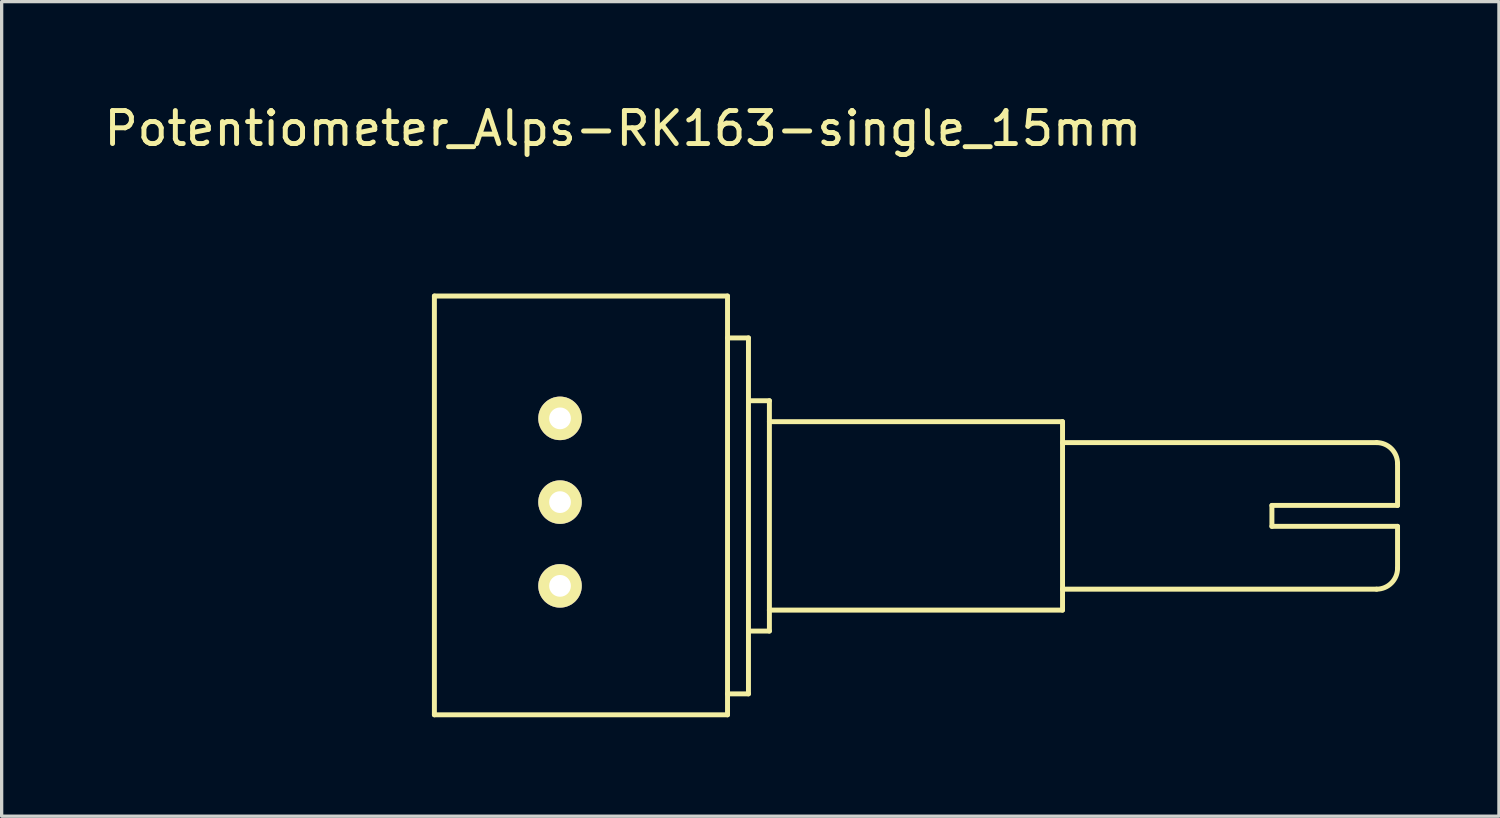
<source format=kicad_pcb>
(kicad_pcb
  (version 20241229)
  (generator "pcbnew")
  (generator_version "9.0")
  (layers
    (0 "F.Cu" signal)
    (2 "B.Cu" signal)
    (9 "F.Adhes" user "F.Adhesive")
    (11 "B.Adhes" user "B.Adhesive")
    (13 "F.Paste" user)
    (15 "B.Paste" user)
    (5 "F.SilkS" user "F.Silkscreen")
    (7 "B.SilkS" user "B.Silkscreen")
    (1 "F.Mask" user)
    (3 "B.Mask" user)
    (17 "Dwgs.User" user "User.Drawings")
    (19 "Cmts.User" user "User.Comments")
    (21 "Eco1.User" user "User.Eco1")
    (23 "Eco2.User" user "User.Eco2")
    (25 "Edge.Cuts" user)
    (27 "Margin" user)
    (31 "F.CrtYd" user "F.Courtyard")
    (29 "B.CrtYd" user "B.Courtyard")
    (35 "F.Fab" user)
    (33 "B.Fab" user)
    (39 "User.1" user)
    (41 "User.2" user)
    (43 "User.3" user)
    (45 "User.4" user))
  (footprint "Potentiometer_Alps-RK163-single_15mm"
    (layer "F.Cu")
    (at 10.124 5.928)
    (property "Reference" "Potentiometer_Alps-RK163-single_15mm" (at 5.715 -5.08 0) (layer "F.SilkS") (effects (font (size 1 1) (thickness 0.15))))
    (attr through_hole)
    (fp_line (start 0 0) (end 0 12.7) (stroke (width 0.15) (type solid)) (layer "F.SilkS"))
    (fp_line (start 0 12.7) (end 8.89 12.7) (stroke (width 0.15) (type solid)) (layer "F.SilkS"))
    (fp_line (start 8.89 0) (end 0 0) (stroke (width 0.15) (type solid)) (layer "F.SilkS"))
    (fp_line (start 8.89 1.27) (end 9.525 1.27) (stroke (width 0.15) (type solid)) (layer "F.SilkS"))
    (fp_line (start 8.89 12.7) (end 8.89 0) (stroke (width 0.15) (type solid)) (layer "F.SilkS"))
    (fp_line (start 9.525 1.27) (end 9.525 12.065) (stroke (width 0.15) (type solid)) (layer "F.SilkS"))
    (fp_line (start 9.525 3.175) (end 10.16 3.175) (stroke (width 0.15) (type solid)) (layer "F.SilkS"))
    (fp_line (start 9.525 12.065) (end 8.89 12.065) (stroke (width 0.15) (type solid)) (layer "F.SilkS"))
    (fp_line (start 10.16 3.175) (end 10.16 9.525) (stroke (width 0.15) (type solid)) (layer "F.SilkS"))
    (fp_line (start 10.16 3.81) (end 19.05 3.81) (stroke (width 0.15) (type solid)) (layer "F.SilkS"))
    (fp_line (start 10.16 9.525) (end 10.16 10.16) (stroke (width 0.15) (type solid)) (layer "F.SilkS"))
    (fp_line (start 10.16 10.16) (end 9.525 10.16) (stroke (width 0.15) (type solid)) (layer "F.SilkS"))
    (fp_line (start 19.05 3.81) (end 19.05 8.89) (stroke (width 0.15) (type solid)) (layer "F.SilkS"))
    (fp_line (start 19.05 4.445) (end 28.575 4.445) (stroke (width 0.15) (type solid)) (layer "F.SilkS"))
    (fp_line (start 19.05 8.89) (end 19.05 9.525) (stroke (width 0.15) (type solid)) (layer "F.SilkS"))
    (fp_line (start 19.05 9.525) (end 10.16 9.525) (stroke (width 0.15) (type solid)) (layer "F.SilkS"))
    (fp_line (start 25.4 6.35) (end 25.4 6.985) (stroke (width 0.15) (type solid)) (layer "F.SilkS"))
    (fp_line (start 25.4 6.985) (end 29.21 6.985) (stroke (width 0.15) (type solid)) (layer "F.SilkS"))
    (fp_line (start 28.575 8.89) (end 19.05 8.89) (stroke (width 0.15) (type solid)) (layer "F.SilkS"))
    (fp_line (start 29.21 5.08) (end 29.21 6.35) (stroke (width 0.15) (type solid)) (layer "F.SilkS"))
    (fp_line (start 29.21 6.35) (end 25.4 6.35) (stroke (width 0.15) (type solid)) (layer "F.SilkS"))
    (fp_line (start 29.21 6.985) (end 29.21 8.255) (stroke (width 0.15) (type solid)) (layer "F.SilkS"))
    (fp_arc (start 28.575 4.445) (mid 29.024013 4.630987) (end 29.21 5.08) (stroke (width 0.15) (type solid)) (layer "F.SilkS"))
    (fp_arc (start 29.21 8.255) (mid 29.024013 8.704013) (end 28.575 8.89) (stroke (width 0.15) (type solid)) (layer "F.SilkS"))
    (pad "1" thru_hole circle (at 3.81 3.71) (size 1.32 1.32) (drill 0.66) (layers "*.Cu" "*.Mask" "F.SilkS"))
    (pad "1" thru_hole circle (at 3.81 6.25) (size 1.32 1.32) (drill 0.66) (layers "*.Cu" "*.Mask" "F.SilkS"))
    (pad "1" thru_hole circle (at 3.81 8.79) (size 1.32 1.32) (drill 0.66) (layers "*.Cu" "*.Mask" "F.SilkS")))
  (gr_rect
    (start -3 -3)
    (end 42.409 21.703)
    (stroke (width 0.1) (type default))
    (fill no)
    (layer "Edge.Cuts")))
</source>
